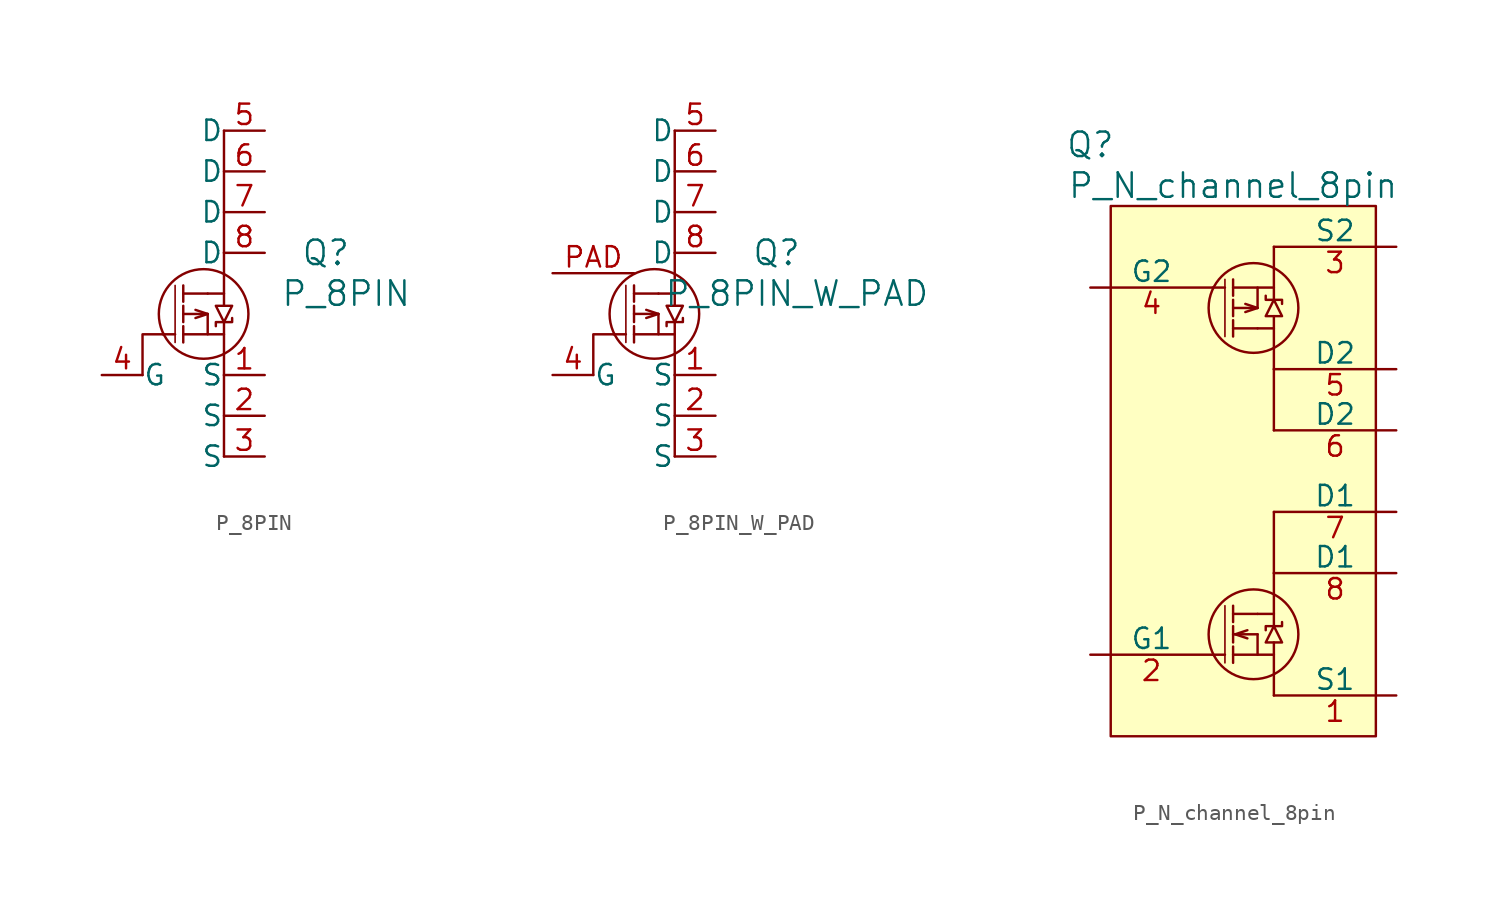
<source format=kicad_sym>
(kicad_symbol_lib
  (version 20211014)
  (generator kicad_symbol_editor)
  (symbol "P_8PIN"
    (pin_names
      (offset 0.025))
    (property "Reference" "Q"
      (at 7.62 3.81 0)
      (effects (font (size 1.524 1.524))))
    (property "Value" "P_8PIN"
      (at 8.89 1.27 0)
      (effects (font (size 1.524 1.524))))
    (property "Datasheet" ""
      (at 0 0 0)
      (effects (font (size 1.524 1.524))))
    (symbol "P_8PIN_0_1"
      (polyline (pts (xy -3.81 -3.81) (xy -3.81 -1.27) (xy -2.54 -1.27)) (stroke (width 0) (type default) (color 0 0 0 0)) (fill (type none)))
      (polyline (pts (xy -2.54 -1.27) (xy -1.778 -1.27) (xy -1.778 -1.27)) (stroke (width 0) (type default) (color 0 0 0 0)) (fill (type none)))
      (polyline (pts (xy -1.778 1.778) (xy -1.778 -1.778) (xy -1.778 -1.778)) (stroke (width 0.102) (type default) (color 0 0 0 0)) (fill (type none)))
      (polyline (pts (xy -1.27 -1.27) (xy 0.254 -1.27) (xy 0.254 -1.27)) (stroke (width 0) (type default) (color 0 0 0 0)) (fill (type none)))
      (polyline (pts (xy -1.27 -0.762) (xy -1.27 -1.778) (xy -1.27 -1.778)) (stroke (width 0) (type default) (color 0 0 0 0)) (fill (type none)))
      (polyline (pts (xy -1.27 0) (xy 0.254 0) (xy 0.254 0)) (stroke (width 0) (type default) (color 0 0 0 0)) (fill (type none)))
      (polyline (pts (xy -1.27 0.508) (xy -1.27 -0.508) (xy -1.27 -0.508)) (stroke (width 0) (type default) (color 0 0 0 0)) (fill (type none)))
      (polyline (pts (xy -1.27 1.27) (xy 0.254 1.27) (xy 0.254 1.27)) (stroke (width 0) (type default) (color 0 0 0 0)) (fill (type none)))
      (polyline (pts (xy -1.27 1.778) (xy -1.27 0.762) (xy -1.27 0.762)) (stroke (width 0) (type default) (color 0 0 0 0)) (fill (type none)))
      (polyline (pts (xy 1.27 -3.81) (xy 1.27 -8.89) (xy 1.27 -8.89)) (stroke (width 0) (type default) (color 0 0 0 0)) (fill (type none)))
      (polyline (pts (xy 1.27 -1.27) (xy 1.27 -3.81) (xy 1.27 -3.81)) (stroke (width 0) (type default) (color 0 0 0 0)) (fill (type none)))
      (polyline (pts (xy 1.27 1.27) (xy 1.27 3.81) (xy 1.27 3.81)) (stroke (width 0) (type default) (color 0 0 0 0)) (fill (type none)))
      (polyline (pts (xy 1.27 3.81) (xy 1.27 11.43) (xy 1.27 11.43)) (stroke (width 0) (type default) (color 0 0 0 0)) (fill (type none)))
      (polyline (pts (xy -0.508 0.254) (xy 0.254 0) (xy -0.508 -0.254) (xy -0.508 -0.254)) (stroke (width 0) (type default) (color 0 0 0 0)) (fill (type none)))
      (polyline (pts (xy 0.254 1.27) (xy 1.27 1.27) (xy 1.27 0.508) (xy 1.27 0.508)) (stroke (width 0) (type default) (color 0 0 0 0)) (fill (type none)))
      (polyline (pts (xy 0.254 0) (xy 0.254 -1.27) (xy 1.27 -1.27) (xy 1.27 -0.508) (xy 1.27 -0.508)) (stroke (width 0) (type default) (color 0 0 0 0)) (fill (type none)))
      (polyline (pts (xy 0.762 -0.762) (xy 0.762 -0.508) (xy 1.778 -0.508) (xy 1.778 -0.254) (xy 1.778 -0.254)) (stroke (width 0) (type default) (color 0 0 0 0)) (fill (type none)))
      (polyline (pts (xy 0.762 0.508) (xy 1.778 0.508) (xy 1.27 -0.508) (xy 0.762 0.508) (xy 0.762 0.508)) (stroke (width 0) (type default) (color 0 0 0 0)) (fill (type none)))
      (circle (center 0 0) (radius 2.794) (stroke (width 0) (type default) (color 0 0 0 0)) (fill (type none))))
    (symbol "P_8PIN_1_1"
      (pin passive line (at 3.81 -3.81 180) (length 2.54) (name "S" (effects (font (size 1.27 1.27)))) (number "1" (effects (font (size 1.27 1.27)))))
      (pin passive line (at 3.81 -6.35 180) (length 2.54) (name "S" (effects (font (size 1.27 1.27)))) (number "2" (effects (font (size 1.27 1.27)))))
      (pin passive line (at 3.81 -8.89 180) (length 2.54) (name "S" (effects (font (size 1.27 1.27)))) (number "3" (effects (font (size 1.27 1.27)))))
      (pin passive line (at -6.35 -3.81 0) (length 2.54) (name "G" (effects (font (size 1.27 1.27)))) (number "4" (effects (font (size 1.27 1.27)))))
      (pin passive line (at 3.81 11.43 180) (length 2.54) (name "D" (effects (font (size 1.27 1.27)))) (number "5" (effects (font (size 1.27 1.27)))))
      (pin passive line (at 3.81 8.89 180) (length 2.54) (name "D" (effects (font (size 1.27 1.27)))) (number "6" (effects (font (size 1.27 1.27)))))
      (pin passive line (at 3.81 6.35 180) (length 2.54) (name "D" (effects (font (size 1.27 1.27)))) (number "7" (effects (font (size 1.27 1.27)))))
      (pin passive line (at 3.81 3.81 180) (length 2.54) (name "D" (effects (font (size 1.27 1.27)))) (number "8" (effects (font (size 1.27 1.27)))))))
  (symbol "P_8PIN_W_PAD"
    (pin_names
      (offset 0.025))
    (property "Reference" "Q"
      (at 7.62 3.81 0)
      (effects (font (size 1.524 1.524))))
    (property "Value" "P_8PIN_W_PAD"
      (at 8.89 1.27 0)
      (effects (font (size 1.524 1.524))))
    (property "Datasheet" ""
      (at 0 0 0)
      (effects (font (size 1.524 1.524))))
    (symbol "P_8PIN_W_PAD_0_1"
      (polyline (pts (xy -3.81 -3.81) (xy -3.81 -1.27) (xy -2.54 -1.27)) (stroke (width 0) (type default) (color 0 0 0 0)) (fill (type none)))
      (polyline (pts (xy -2.54 -1.27) (xy -1.778 -1.27) (xy -1.778 -1.27)) (stroke (width 0) (type default) (color 0 0 0 0)) (fill (type none)))
      (polyline (pts (xy -1.778 1.778) (xy -1.778 -1.778) (xy -1.778 -1.778)) (stroke (width 0.102) (type default) (color 0 0 0 0)) (fill (type none)))
      (polyline (pts (xy -1.27 -1.27) (xy 0.254 -1.27) (xy 0.254 -1.27)) (stroke (width 0) (type default) (color 0 0 0 0)) (fill (type none)))
      (polyline (pts (xy -1.27 -0.762) (xy -1.27 -1.778) (xy -1.27 -1.778)) (stroke (width 0) (type default) (color 0 0 0 0)) (fill (type none)))
      (polyline (pts (xy -1.27 0) (xy 0.254 0) (xy 0.254 0)) (stroke (width 0) (type default) (color 0 0 0 0)) (fill (type none)))
      (polyline (pts (xy -1.27 0.508) (xy -1.27 -0.508) (xy -1.27 -0.508)) (stroke (width 0) (type default) (color 0 0 0 0)) (fill (type none)))
      (polyline (pts (xy -1.27 1.27) (xy 0.254 1.27) (xy 0.254 1.27)) (stroke (width 0) (type default) (color 0 0 0 0)) (fill (type none)))
      (polyline (pts (xy -1.27 1.778) (xy -1.27 0.762) (xy -1.27 0.762)) (stroke (width 0) (type default) (color 0 0 0 0)) (fill (type none)))
      (polyline (pts (xy 1.27 -3.81) (xy 1.27 -8.89) (xy 1.27 -8.89)) (stroke (width 0) (type default) (color 0 0 0 0)) (fill (type none)))
      (polyline (pts (xy 1.27 -1.27) (xy 1.27 -3.81) (xy 1.27 -3.81)) (stroke (width 0) (type default) (color 0 0 0 0)) (fill (type none)))
      (polyline (pts (xy 1.27 1.27) (xy 1.27 3.81) (xy 1.27 3.81)) (stroke (width 0) (type default) (color 0 0 0 0)) (fill (type none)))
      (polyline (pts (xy 1.27 3.81) (xy 1.27 11.43) (xy 1.27 11.43)) (stroke (width 0) (type default) (color 0 0 0 0)) (fill (type none)))
      (polyline (pts (xy -0.508 0.254) (xy 0.254 0) (xy -0.508 -0.254) (xy -0.508 -0.254)) (stroke (width 0) (type default) (color 0 0 0 0)) (fill (type none)))
      (polyline (pts (xy 0.254 1.27) (xy 1.27 1.27) (xy 1.27 0.508) (xy 1.27 0.508)) (stroke (width 0) (type default) (color 0 0 0 0)) (fill (type none)))
      (polyline (pts (xy 0.254 0) (xy 0.254 -1.27) (xy 1.27 -1.27) (xy 1.27 -0.508) (xy 1.27 -0.508)) (stroke (width 0) (type default) (color 0 0 0 0)) (fill (type none)))
      (polyline (pts (xy 0.762 -0.762) (xy 0.762 -0.508) (xy 1.778 -0.508) (xy 1.778 -0.254) (xy 1.778 -0.254)) (stroke (width 0) (type default) (color 0 0 0 0)) (fill (type none)))
      (polyline (pts (xy 0.762 0.508) (xy 1.778 0.508) (xy 1.27 -0.508) (xy 0.762 0.508) (xy 0.762 0.508)) (stroke (width 0) (type default) (color 0 0 0 0)) (fill (type none)))
      (circle (center 0 0) (radius 2.794) (stroke (width 0) (type default) (color 0 0 0 0)) (fill (type none))))
    (symbol "P_8PIN_W_PAD_1_1"
      (pin passive line (at 3.81 -3.81 180) (length 2.54) (name "S" (effects (font (size 1.27 1.27)))) (number "1" (effects (font (size 1.27 1.27)))))
      (pin passive line (at 3.81 -6.35 180) (length 2.54) (name "S" (effects (font (size 1.27 1.27)))) (number "2" (effects (font (size 1.27 1.27)))))
      (pin passive line (at 3.81 -8.89 180) (length 2.54) (name "S" (effects (font (size 1.27 1.27)))) (number "3" (effects (font (size 1.27 1.27)))))
      (pin passive line (at -6.35 -3.81 0) (length 2.54) (name "G" (effects (font (size 1.27 1.27)))) (number "4" (effects (font (size 1.27 1.27)))))
      (pin passive line (at 3.81 11.43 180) (length 2.54) (name "D" (effects (font (size 1.27 1.27)))) (number "5" (effects (font (size 1.27 1.27)))))
      (pin passive line (at 3.81 8.89 180) (length 2.54) (name "D" (effects (font (size 1.27 1.27)))) (number "6" (effects (font (size 1.27 1.27)))))
      (pin passive line (at 3.81 6.35 180) (length 2.54) (name "D" (effects (font (size 1.27 1.27)))) (number "7" (effects (font (size 1.27 1.27)))))
      (pin passive line (at 3.81 3.81 180) (length 2.54) (name "D" (effects (font (size 1.27 1.27)))) (number "8" (effects (font (size 1.27 1.27)))))
      (pin passive line (at -6.35 2.54 0) (length 5.08) (name "~" (effects (font (size 1.27 1.27)))) (number "PAD" (effects (font (size 1.27 1.27)))))))
  (symbol "P_N_channel_8pin"
    (pin_names
      (offset 0))
    (property "Reference" "Q"
      (at -10.16 20.32 0)
      (effects (font (size 1.524 1.524))))
    (property "Value" "P_N_channel_8pin"
      (at -1.27 17.78 0)
      (effects (font (size 1.524 1.524))))
    (property "Footprint" ""
      (at 0 0 0)
      (effects (font (size 1.524 1.524))))
    (property "Datasheet" ""
      (at 0 0 0)
      (effects (font (size 1.524 1.524))))
    (symbol "P_N_channel_8pin_0_1"
      (circle (center 0 -10.16) (radius 2.794) (stroke (width 0) (type default) (color 0 0 0 0)) (fill (type none)))
      (polyline (pts (xy 1.27 -6.35) (xy 1.27 -2.54)) (stroke (width 0) (type default) (color 0 0 0 0)) (fill (type none)))
      (polyline (pts (xy 1.27 6.35) (xy 1.27 2.54)) (stroke (width 0) (type default) (color 0 0 0 0)) (fill (type none)))
      (polyline (pts (xy -2.54 -11.43) (xy -1.778 -11.43) (xy -1.778 -11.43)) (stroke (width 0) (type default) (color 0 0 0 0)) (fill (type none)))
      (polyline (pts (xy -2.54 11.43) (xy -1.778 11.43) (xy -1.778 11.43)) (stroke (width 0) (type default) (color 0 0 0 0)) (fill (type none)))
      (polyline (pts (xy -1.778 -8.382) (xy -1.778 -11.938) (xy -1.778 -11.938)) (stroke (width 0.102) (type default) (color 0 0 0 0)) (fill (type none)))
      (polyline (pts (xy -1.778 8.382) (xy -1.778 11.938) (xy -1.778 11.938)) (stroke (width 0.102) (type default) (color 0 0 0 0)) (fill (type none)))
      (polyline (pts (xy -1.27 -11.43) (xy 0.254 -11.43) (xy 0.254 -11.43)) (stroke (width 0) (type default) (color 0 0 0 0)) (fill (type none)))
      (polyline (pts (xy -1.27 -10.922) (xy -1.27 -11.938) (xy -1.27 -11.938)) (stroke (width 0) (type default) (color 0 0 0 0)) (fill (type none)))
      (polyline (pts (xy -1.27 -10.16) (xy 0.254 -10.16) (xy 0.254 -10.16)) (stroke (width 0) (type default) (color 0 0 0 0)) (fill (type none)))
      (polyline (pts (xy -1.27 -9.652) (xy -1.27 -10.668) (xy -1.27 -10.668)) (stroke (width 0) (type default) (color 0 0 0 0)) (fill (type none)))
      (polyline (pts (xy -1.27 -8.89) (xy 0.254 -8.89) (xy 0.254 -8.89)) (stroke (width 0) (type default) (color 0 0 0 0)) (fill (type none)))
      (polyline (pts (xy -1.27 -8.382) (xy -1.27 -9.398) (xy -1.27 -9.398)) (stroke (width 0) (type default) (color 0 0 0 0)) (fill (type none)))
      (polyline (pts (xy -1.27 8.382) (xy -1.27 9.398) (xy -1.27 9.398)) (stroke (width 0) (type default) (color 0 0 0 0)) (fill (type none)))
      (polyline (pts (xy -1.27 8.89) (xy 0.254 8.89) (xy 0.254 8.89)) (stroke (width 0) (type default) (color 0 0 0 0)) (fill (type none)))
      (polyline (pts (xy -1.27 9.652) (xy -1.27 10.668) (xy -1.27 10.668)) (stroke (width 0) (type default) (color 0 0 0 0)) (fill (type none)))
      (polyline (pts (xy -1.27 10.16) (xy 0.254 10.16) (xy 0.254 10.16)) (stroke (width 0) (type default) (color 0 0 0 0)) (fill (type none)))
      (polyline (pts (xy -1.27 10.922) (xy -1.27 11.938) (xy -1.27 11.938)) (stroke (width 0) (type default) (color 0 0 0 0)) (fill (type none)))
      (polyline (pts (xy -1.27 11.43) (xy 0.254 11.43) (xy 0.254 11.43)) (stroke (width 0) (type default) (color 0 0 0 0)) (fill (type none)))
      (polyline (pts (xy 1.27 -11.43) (xy 1.27 -13.97) (xy 1.27 -13.97)) (stroke (width 0) (type default) (color 0 0 0 0)) (fill (type none)))
      (polyline (pts (xy 1.27 -8.89) (xy 1.27 -6.35) (xy 1.27 -6.35)) (stroke (width 0) (type default) (color 0 0 0 0)) (fill (type none)))
      (polyline (pts (xy 1.27 8.89) (xy 1.27 6.35) (xy 1.27 6.35)) (stroke (width 0) (type default) (color 0 0 0 0)) (fill (type none)))
      (polyline (pts (xy 1.27 11.43) (xy 1.27 13.97) (xy 1.27 13.97)) (stroke (width 0) (type default) (color 0 0 0 0)) (fill (type none)))
      (polyline (pts (xy -0.508 9.906) (xy 0.254 10.16) (xy -0.508 10.414) (xy -0.508 10.414)) (stroke (width 0) (type default) (color 0 0 0 0)) (fill (type none)))
      (polyline (pts (xy -0.381 -9.906) (xy -1.143 -10.16) (xy -0.381 -10.414) (xy -0.381 -10.414)) (stroke (width 0) (type default) (color 0 0 0 0)) (fill (type none)))
      (polyline (pts (xy 0.254 -8.89) (xy 1.27 -8.89) (xy 1.27 -9.652) (xy 1.27 -9.652)) (stroke (width 0) (type default) (color 0 0 0 0)) (fill (type none)))
      (polyline (pts (xy 0.254 8.89) (xy 1.27 8.89) (xy 1.27 9.652) (xy 1.27 9.652)) (stroke (width 0) (type default) (color 0 0 0 0)) (fill (type none)))
      (polyline (pts (xy 0.254 -10.16) (xy 0.254 -11.43) (xy 1.27 -11.43) (xy 1.27 -10.668) (xy 1.27 -10.668)) (stroke (width 0) (type default) (color 0 0 0 0)) (fill (type none)))
      (polyline (pts (xy 0.254 10.16) (xy 0.254 11.43) (xy 1.27 11.43) (xy 1.27 10.668) (xy 1.27 10.668)) (stroke (width 0) (type default) (color 0 0 0 0)) (fill (type none)))
      (polyline (pts (xy 0.762 -10.668) (xy 1.778 -10.668) (xy 1.27 -9.652) (xy 0.762 -10.668) (xy 0.762 -10.668)) (stroke (width 0) (type default) (color 0 0 0 0)) (fill (type none)))
      (polyline (pts (xy 0.762 -9.906) (xy 0.762 -9.652) (xy 1.778 -9.652) (xy 1.778 -9.398) (xy 1.778 -9.398)) (stroke (width 0) (type default) (color 0 0 0 0)) (fill (type none)))
      (polyline (pts (xy 0.762 9.652) (xy 1.778 9.652) (xy 1.27 10.668) (xy 0.762 9.652) (xy 0.762 9.652)) (stroke (width 0) (type default) (color 0 0 0 0)) (fill (type none)))
      (polyline (pts (xy 0.762 10.922) (xy 0.762 10.668) (xy 1.778 10.668) (xy 1.778 10.414) (xy 1.778 10.414)) (stroke (width 0) (type default) (color 0 0 0 0)) (fill (type none)))
      (circle (center 0 10.16) (radius 2.794) (stroke (width 0) (type default) (color 0 0 0 0)) (fill (type none)))
      (rectangle (start 7.62 16.51) (end -8.89 -16.51) (stroke (width 0) (type default) (color 0 0 0 0)) (fill (type background))))
    (symbol "P_N_channel_8pin_1_1"
      (pin passive line (at 8.89 -13.97 180) (length 7.62) (name "S1" (effects (font (size 1.27 1.27)))) (number "1" (effects (font (size 1.27 1.27)))))
      (pin passive line (at -10.16 -11.43 0) (length 7.62) (name "G1" (effects (font (size 1.27 1.27)))) (number "2" (effects (font (size 1.27 1.27)))))
      (pin passive line (at 8.89 13.97 180) (length 7.62) (name "S2" (effects (font (size 1.27 1.27)))) (number "3" (effects (font (size 1.27 1.27)))))
      (pin passive line (at -10.16 11.43 0) (length 7.62) (name "G2" (effects (font (size 1.27 1.27)))) (number "4" (effects (font (size 1.27 1.27)))))
      (pin passive line (at 8.89 6.35 180) (length 7.62) (name "D2" (effects (font (size 1.27 1.27)))) (number "5" (effects (font (size 1.27 1.27)))))
      (pin passive line (at 8.89 2.54 180) (length 7.62) (name "D2" (effects (font (size 1.27 1.27)))) (number "6" (effects (font (size 1.27 1.27)))))
      (pin passive line (at 8.89 -2.54 180) (length 7.62) (name "D1" (effects (font (size 1.27 1.27)))) (number "7" (effects (font (size 1.27 1.27)))))
      (pin passive line (at 8.89 -6.35 180) (length 7.62) (name "D1" (effects (font (size 1.27 1.27)))) (number "8" (effects (font (size 1.27 1.27))))))))
</source>
